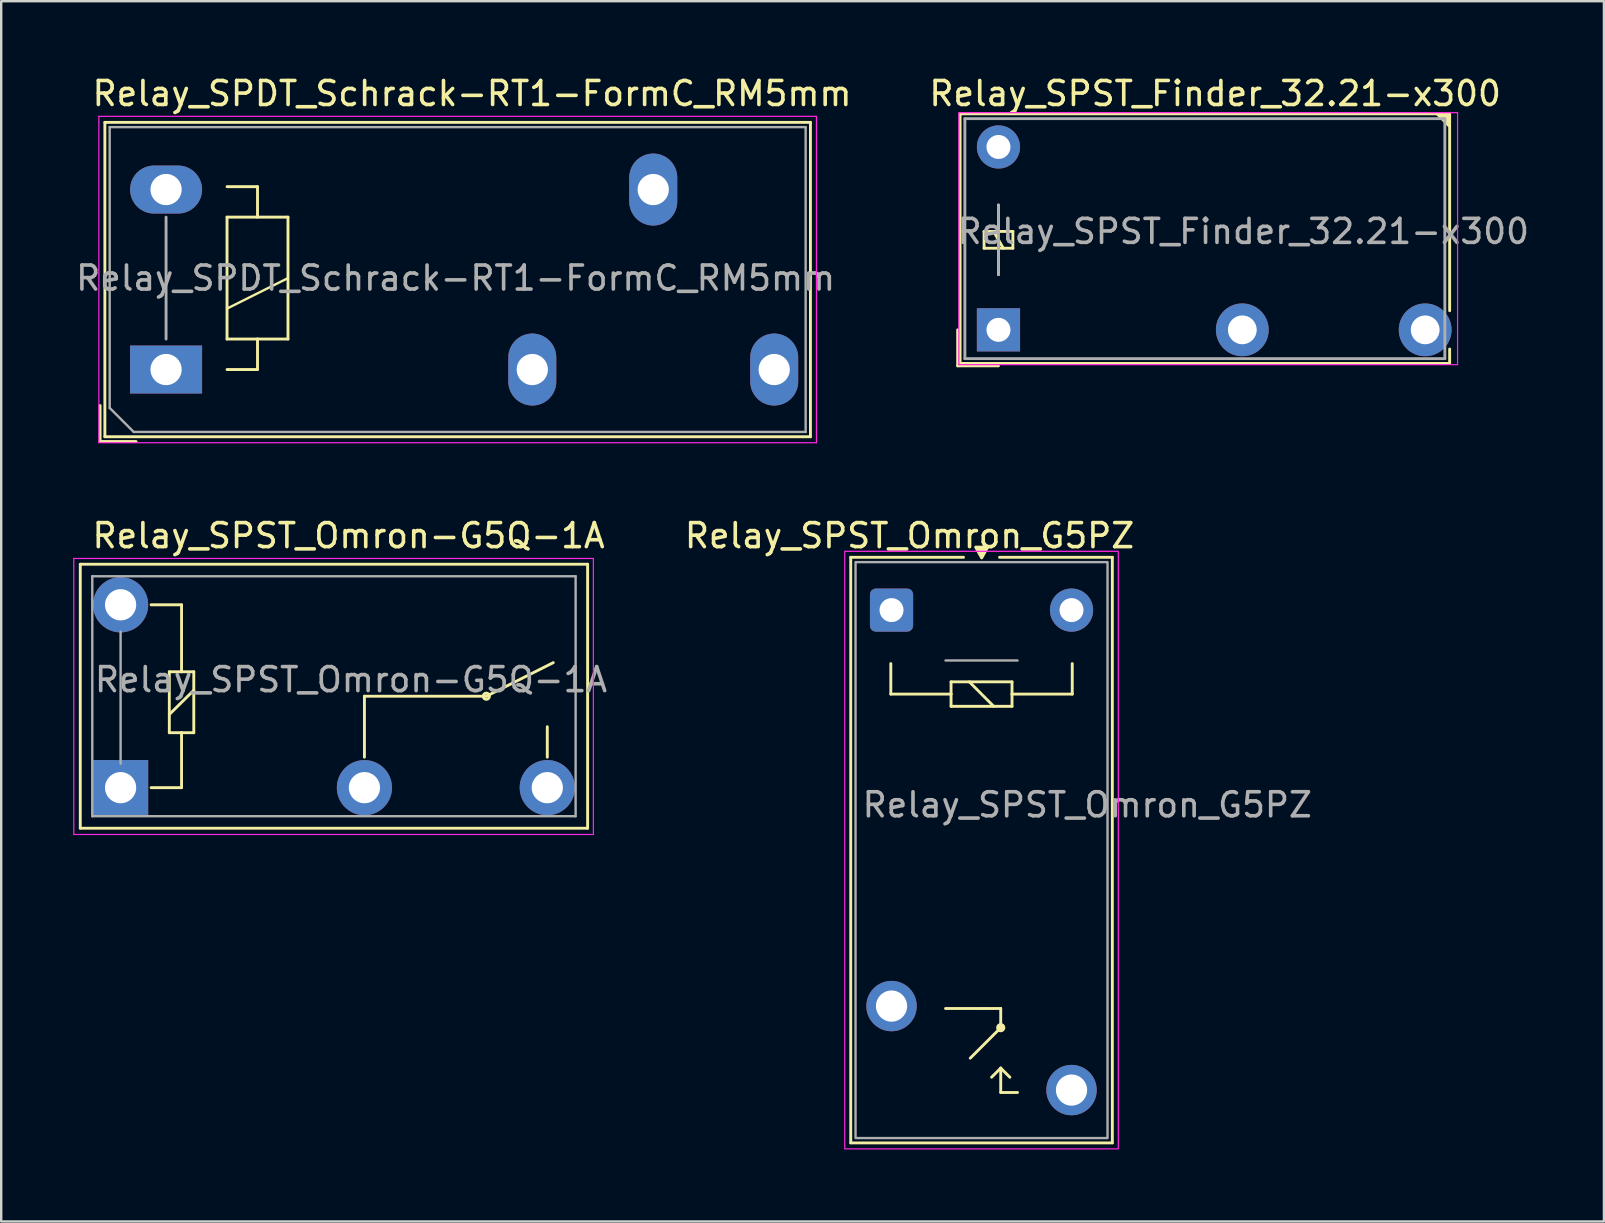
<source format=kicad_pcb>
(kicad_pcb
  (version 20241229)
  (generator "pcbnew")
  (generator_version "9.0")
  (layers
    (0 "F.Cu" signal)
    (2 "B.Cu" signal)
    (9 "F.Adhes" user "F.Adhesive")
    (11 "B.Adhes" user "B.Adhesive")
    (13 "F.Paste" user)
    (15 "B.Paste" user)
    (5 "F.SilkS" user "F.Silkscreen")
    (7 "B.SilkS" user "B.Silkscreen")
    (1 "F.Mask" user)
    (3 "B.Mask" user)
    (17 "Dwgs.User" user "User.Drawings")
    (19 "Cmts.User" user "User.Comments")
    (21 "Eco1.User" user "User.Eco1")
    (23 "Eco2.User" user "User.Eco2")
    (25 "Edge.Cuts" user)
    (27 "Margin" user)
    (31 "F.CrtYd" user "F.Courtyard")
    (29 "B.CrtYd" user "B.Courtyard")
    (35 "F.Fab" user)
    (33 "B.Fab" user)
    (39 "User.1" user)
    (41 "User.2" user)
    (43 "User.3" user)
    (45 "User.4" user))
  (footprint "Relay_SPST_Finder_32.21-x300"
    (layer "F.Cu")
    (at 38.555 10.694)
    (property "Reference" "Relay_SPST_Finder_32.21-x300" (at 9.029 -9.846 180) (layer "F.SilkS") (effects (font (size 1 1) (thickness 0.15))))
    (attr through_hole)
    (fp_line (start -1.7 1.5) (end -1.7 0) (stroke (width 0.12) (type solid)) (layer "F.SilkS"))
    (fp_line (start -1.6 -9) (end 18.8 -9) (stroke (width 0.12) (type solid)) (layer "F.SilkS"))
    (fp_line (start -1.6 1.4) (end -1.6 -9) (stroke (width 0.12) (type solid)) (layer "F.SilkS"))
    (fp_line (start -0.6 -4.1) (end -0.6 -3.4) (stroke (width 0.12) (type solid)) (layer "F.SilkS"))
    (fp_line (start -0.6 -3.4) (end 0.6 -3.4) (stroke (width 0.12) (type solid)) (layer "F.SilkS"))
    (fp_line (start 0 -4.1) (end 0 -5.2) (stroke (width 0.12) (type solid)) (layer "F.SilkS"))
    (fp_line (start 0 -3.4) (end 0 -2.3) (stroke (width 0.12) (type solid)) (layer "F.SilkS"))
    (fp_line (start 0 1.5) (end -1.7 1.5) (stroke (width 0.12) (type solid)) (layer "F.SilkS"))
    (fp_line (start 0.2 -3.4) (end -0.2 -4.1) (stroke (width 0.12) (type solid)) (layer "F.SilkS"))
    (fp_line (start 0.6 -4.1) (end -0.6 -4.1) (stroke (width 0.12) (type solid)) (layer "F.SilkS"))
    (fp_line (start 0.6 -3.4) (end 0.6 -4.1) (stroke (width 0.12) (type solid)) (layer "F.SilkS"))
    (fp_line (start 18.279 -8.996) (end 18.779 -8.496) (stroke (width 0.12) (type solid)) (layer "F.SilkS"))
    (fp_line (start 18.479 -8.996) (end 18.779 -8.696) (stroke (width 0.12) (type solid)) (layer "F.SilkS"))
    (fp_line (start 18.679 -8.996) (end 18.779 -8.896) (stroke (width 0.12) (type solid)) (layer "F.SilkS"))
    (fp_line (start 18.779 -8.796) (end 18.579 -8.996) (stroke (width 0.12) (type solid)) (layer "F.SilkS"))
    (fp_line (start 18.779 -8.596) (end 18.379 -8.996) (stroke (width 0.12) (type solid)) (layer "F.SilkS"))
    (fp_line (start 18.8 -9) (end 18.8 -0.796) (stroke (width 0.12) (type solid)) (layer "F.SilkS"))
    (fp_line (start 18.8 0.8) (end 18.8 1.4) (stroke (width 0.12) (type solid)) (layer "F.SilkS"))
    (fp_line (start 18.8 1.4) (end -1.6 1.4) (stroke (width 0.12) (type solid)) (layer "F.SilkS"))
    (fp_line (start -1.65 1.45) (end -1.65 -9.05) (stroke (width 0.05) (type solid)) (layer "F.CrtYd"))
    (fp_line (start -1.65 1.45) (end 19.13 1.45) (stroke (width 0.05) (type solid)) (layer "F.CrtYd"))
    (fp_line (start 19.13 -9.05) (end -1.65 -9.05) (stroke (width 0.05) (type solid)) (layer "F.CrtYd"))
    (fp_line (start 19.13 -9.05) (end 19.13 1.45) (stroke (width 0.05) (type solid)) (layer "F.CrtYd"))
    (fp_line (start -1.4 -8.8) (end 18.6 -8.8) (stroke (width 0.12) (type solid)) (layer "F.Fab"))
    (fp_line (start -1.4 1.2) (end -1.4 -8.8) (stroke (width 0.12) (type solid)) (layer "F.Fab"))
    (fp_line (start 0 -2.3) (end 0 -5.2) (stroke (width 0.12) (type solid)) (layer "F.Fab"))
    (fp_line (start 18.6 -8.8) (end 18.6 1.2) (stroke (width 0.12) (type solid)) (layer "F.Fab"))
    (fp_line (start 18.6 1.2) (end -1.4 1.2) (stroke (width 0.12) (type solid)) (layer "F.Fab"))
    (fp_text user "${REFERENCE}" (at 10.2 -4.1 180) (layer "F.Fab") (effects (font (size 1 1) (thickness 0.15))))
    (pad "11" thru_hole circle (at 10.16 0 90) (size 2.2 2.2) (drill 1.2) (layers "*.Cu" "*.Mask"))
    (pad "14" thru_hole circle (at 17.78 0 90) (size 2.2 2.2) (drill 1.2) (layers "*.Cu" "*.Mask"))
    (pad "A1" thru_hole rect (at 0 0 90) (size 1.8 1.8) (drill 1) (layers "*.Cu" "*.Mask"))
    (pad "A2" thru_hole circle (at 0 -7.62 90) (size 1.8 1.8) (drill 1) (layers "*.Cu" "*.Mask")))
  (footprint "Relay_SPST_Omron_G5PZ"
    (layer "F.Cu")
    (at 34.099 22.372)
    (property "Reference" "Relay_SPST_Omron_G5PZ" (at 0.75 -3.1 0) (unlocked yes) (layer "F.SilkS") (effects (font (size 1 1) (thickness 0.15))))
    (attr through_hole)
    (fp_line (start -1.7 -2.2) (end 3 -2.2) (stroke (width 0.12) (type default)) (layer "F.SilkS"))
    (fp_line (start -1.7 22.2) (end -1.7 -2.2) (stroke (width 0.12) (type default)) (layer "F.SilkS"))
    (fp_line (start -0.03 2.23) (end -0.03 3.5) (stroke (width 0.12) (type solid)) (layer "F.SilkS"))
    (fp_line (start -0.03 3.5) (end 2.48 3.5) (stroke (width 0.12) (type default)) (layer "F.SilkS"))
    (fp_line (start 2.25 16.6) (end 3.85 16.6) (stroke (width 0.12) (type default)) (layer "F.SilkS"))
    (fp_line (start 2.48 2.99) (end 5.02 2.99) (stroke (width 0.12) (type solid)) (layer "F.SilkS"))
    (fp_line (start 2.48 3.5) (end 2.48 2.99) (stroke (width 0.12) (type solid)) (layer "F.SilkS"))
    (fp_line (start 2.48 4.01) (end 2.48 3.5) (stroke (width 0.12) (type solid)) (layer "F.SilkS"))
    (fp_line (start 3.242 2.99) (end 4.258 4.01) (stroke (width 0.12) (type solid)) (layer "F.SilkS"))
    (fp_line (start 4.55 16.6) (end 3.85 16.6) (stroke (width 0.12) (type default)) (layer "F.SilkS"))
    (fp_line (start 4.55 17.4) (end 3.28 18.67) (stroke (width 0.12) (type solid)) (layer "F.SilkS"))
    (fp_line (start 4.55 17.4) (end 4.55 16.6) (stroke (width 0.12) (type default)) (layer "F.SilkS"))
    (fp_line (start 4.55 19.084) (end 4.169 19.465) (stroke (width 0.12) (type solid)) (layer "F.SilkS"))
    (fp_line (start 4.55 19.084) (end 4.55 20.1) (stroke (width 0.12) (type solid)) (layer "F.SilkS"))
    (fp_line (start 4.55 19.084) (end 4.931 19.465) (stroke (width 0.12) (type solid)) (layer "F.SilkS"))
    (fp_line (start 5.02 2.99) (end 5.02 3.5) (stroke (width 0.12) (type solid)) (layer "F.SilkS"))
    (fp_line (start 5.02 3.5) (end 5.02 4.01) (stroke (width 0.12) (type solid)) (layer "F.SilkS"))
    (fp_line (start 5.02 3.5) (end 7.53 3.5) (stroke (width 0.12) (type default)) (layer "F.SilkS"))
    (fp_line (start 5.02 4.01) (end 2.48 4.01) (stroke (width 0.12) (type solid)) (layer "F.SilkS"))
    (fp_line (start 5.25 20.1) (end 4.55 20.1) (stroke (width 0.12) (type solid)) (layer "F.SilkS"))
    (fp_line (start 7.53 3.5) (end 7.53 2.23) (stroke (width 0.12) (type solid)) (layer "F.SilkS"))
    (fp_line (start 9.2 -2.2) (end 4.5 -2.2) (stroke (width 0.12) (type default)) (layer "F.SilkS"))
    (fp_line (start 9.2 -2.2) (end 9.2 22.2) (stroke (width 0.12) (type default)) (layer "F.SilkS"))
    (fp_line (start 9.2 22.2) (end -1.7 22.2) (stroke (width 0.12) (type default)) (layer "F.SilkS"))
    (fp_circle (center 4.55 17.4) (end 4.68 17.4) (stroke (width 0.12) (type solid)) (fill yes) (layer "F.SilkS"))
    (fp_poly (pts (xy 3.756 -2.175) (xy 3.506 -2.625) (xy 4.006 -2.625) (xy 3.756 -2.175)) (stroke (width 0.12) (type solid)) (fill yes) (layer "F.SilkS"))
    (fp_rect (start -1.95 -2.45) (end 9.45 22.45) (stroke (width 0.05) (type default)) (fill no) (layer "F.CrtYd"))
    (fp_line (start 2.25 2.1) (end 5.25 2.1) (stroke (width 0.1) (type default)) (layer "F.Fab"))
    (fp_rect (start -1.5 -2) (end 9 22) (stroke (width 0.1) (type default)) (fill no) (layer "F.Fab"))
    (fp_text user "${REFERENCE}" (at -1.3 8.7 0) (unlocked yes) (layer "F.Fab") (effects (font (size 1 1) (thickness 0.15)) (justify left bottom)))
    (pad "13" thru_hole circle (at 0 16.5 90) (size 2.1 2.1) (drill 1.3) (layers "*.Cu" "*.Mask"))
    (pad "14" thru_hole circle (at 7.5 20 90) (size 2.1 2.1) (drill 1.3) (layers "*.Cu" "*.Mask"))
    (pad "A1" thru_hole roundrect (at 0 0 90) (size 1.8 1.8) (drill 1) (layers "*.Cu" "*.Mask") (roundrect_rratio 0.139))
    (pad "A2" thru_hole circle (at 7.5 0 90) (size 1.8 1.8) (drill 1) (layers "*.Cu" "*.Mask")))
  (footprint "Relay_SPST_Omron-G5Q-1A"
    (layer "F.Cu")
    (at 1.975 29.771)
    (property "Reference" "Relay_SPST_Omron-G5Q-1A" (at 9.5 -10.5 180) (layer "F.SilkS") (effects (font (size 1 1) (thickness 0.15))))
    (attr through_hole)
    (fp_line (start -1.68 -9.31) (end 19.46 -9.31) (stroke (width 0.12) (type solid)) (layer "F.SilkS"))
    (fp_line (start -1.68 1.69) (end -1.68 -9.31) (stroke (width 0.12) (type solid)) (layer "F.SilkS"))
    (fp_line (start -1.68 1.69) (end 19.46 1.69) (stroke (width 0.12) (type solid)) (layer "F.SilkS"))
    (fp_line (start 1.27 0) (end 2.54 0) (stroke (width 0.12) (type solid)) (layer "F.SilkS"))
    (fp_line (start 2.03 -4.83) (end 2.54 -4.83) (stroke (width 0.12) (type solid)) (layer "F.SilkS"))
    (fp_line (start 2.03 -3.05) (end 3.05 -4.06) (stroke (width 0.12) (type solid)) (layer "F.SilkS"))
    (fp_line (start 2.03 -2.29) (end 2.03 -4.83) (stroke (width 0.12) (type solid)) (layer "F.SilkS"))
    (fp_line (start 2.54 -7.62) (end 1.27 -7.62) (stroke (width 0.12) (type solid)) (layer "F.SilkS"))
    (fp_line (start 2.54 -4.83) (end 2.54 -7.62) (stroke (width 0.12) (type solid)) (layer "F.SilkS"))
    (fp_line (start 2.54 -4.83) (end 3.05 -4.83) (stroke (width 0.12) (type solid)) (layer "F.SilkS"))
    (fp_line (start 2.54 -2.29) (end 2.03 -2.29) (stroke (width 0.12) (type solid)) (layer "F.SilkS"))
    (fp_line (start 2.54 0) (end 2.54 -2.29) (stroke (width 0.12) (type solid)) (layer "F.SilkS"))
    (fp_line (start 3.05 -4.83) (end 3.05 -2.29) (stroke (width 0.12) (type solid)) (layer "F.SilkS"))
    (fp_line (start 3.05 -2.29) (end 2.54 -2.29) (stroke (width 0.12) (type solid)) (layer "F.SilkS"))
    (fp_line (start 10.16 -3.81) (end 15.24 -3.81) (stroke (width 0.12) (type solid)) (layer "F.SilkS"))
    (fp_line (start 10.16 -1.27) (end 10.16 -3.81) (stroke (width 0.12) (type solid)) (layer "F.SilkS"))
    (fp_line (start 15.24 -3.81) (end 18.03 -5.21) (stroke (width 0.12) (type solid)) (layer "F.SilkS"))
    (fp_line (start 17.78 -1.27) (end 17.78 -2.54) (stroke (width 0.12) (type solid)) (layer "F.SilkS"))
    (fp_line (start 19.46 1.69) (end 19.46 -9.31) (stroke (width 0.12) (type solid)) (layer "F.SilkS"))
    (fp_circle (center 15.24 -3.81) (end 15.24 -3.68) (stroke (width 0.12) (type solid)) (fill no) (layer "F.SilkS"))
    (fp_line (start -1.95 -9.55) (end 19.7 -9.55) (stroke (width 0.05) (type solid)) (layer "F.CrtYd"))
    (fp_line (start -1.95 1.95) (end -1.95 -9.55) (stroke (width 0.05) (type solid)) (layer "F.CrtYd"))
    (fp_line (start 19.7 -9.55) (end 19.7 1.95) (stroke (width 0.05) (type solid)) (layer "F.CrtYd"))
    (fp_line (start 19.7 1.95) (end -1.95 1.95) (stroke (width 0.05) (type solid)) (layer "F.CrtYd"))
    (fp_line (start -1.18 -8.81) (end 18.96 -8.81) (stroke (width 0.1) (type solid)) (layer "F.Fab"))
    (fp_line (start -1.18 1.19) (end -1.18 -8.81) (stroke (width 0.1) (type solid)) (layer "F.Fab"))
    (fp_line (start 0 -1) (end 0 -6.5) (stroke (width 0.1) (type solid)) (layer "F.Fab"))
    (fp_line (start 18.96 -8.81) (end 18.96 1.19) (stroke (width 0.1) (type solid)) (layer "F.Fab"))
    (fp_line (start 18.96 1.19) (end -1.18 1.19) (stroke (width 0.1) (type solid)) (layer "F.Fab"))
    (fp_text user "${REFERENCE}" (at 9.6 -4.5 0) (layer "F.Fab") (effects (font (size 1 1) (thickness 0.15))))
    (pad "1" thru_hole rect (at 0 0 180) (size 2.3 2.3) (drill 1.3) (layers "*.Cu" "*.Mask"))
    (pad "2" thru_hole circle (at 10.16 0 180) (size 2.3 2.3) (drill 1.3) (layers "*.Cu" "*.Mask"))
    (pad "3" thru_hole circle (at 17.78 0 180) (size 2.3 2.3) (drill 1.3) (layers "*.Cu" "*.Mask"))
    (pad "5" thru_hole circle (at 0 -7.62 180) (size 2.3 2.3) (drill 1.3) (layers "*.Cu" "*.Mask")))
  (footprint "Relay_SPDT_Schrack-RT1-FormC_RM5mm"
    (layer "F.Cu")
    (at 3.87 12.348)
    (property "Reference" "Relay_SPDT_Schrack-RT1-FormC_RM5mm" (at 12.75 -11.5 0) (layer "F.SilkS") (effects (font (size 1 1) (thickness 0.15))))
    (attr through_hole)
    (fp_line (start -2.75 1.5) (end -2.75 3) (stroke (width 0.12) (type solid)) (layer "F.SilkS"))
    (fp_line (start -2.75 3) (end -1.25 3) (stroke (width 0.12) (type solid)) (layer "F.SilkS"))
    (fp_line (start -2.55 -10.3) (end -2.55 2.8) (stroke (width 0.12) (type solid)) (layer "F.SilkS"))
    (fp_line (start -2.55 2.8) (end 26.85 2.8) (stroke (width 0.12) (type solid)) (layer "F.SilkS"))
    (fp_line (start 2.54 -6.35) (end 2.54 -1.27) (stroke (width 0.12) (type solid)) (layer "F.SilkS"))
    (fp_line (start 2.54 -2.54) (end 5.08 -3.81) (stroke (width 0.1) (type solid)) (layer "F.SilkS"))
    (fp_line (start 2.54 -1.27) (end 3.81 -1.27) (stroke (width 0.12) (type solid)) (layer "F.SilkS"))
    (fp_line (start 2.54 0) (end 3.81 0) (stroke (width 0.12) (type solid)) (layer "F.SilkS"))
    (fp_line (start 3.81 -7.62) (end 2.54 -7.62) (stroke (width 0.12) (type solid)) (layer "F.SilkS"))
    (fp_line (start 3.81 -6.35) (end 3.81 -7.62) (stroke (width 0.12) (type solid)) (layer "F.SilkS"))
    (fp_line (start 3.81 -1.27) (end 5.08 -1.27) (stroke (width 0.12) (type solid)) (layer "F.SilkS"))
    (fp_line (start 3.81 0) (end 3.81 -1.27) (stroke (width 0.12) (type solid)) (layer "F.SilkS"))
    (fp_line (start 5.08 -6.35) (end 2.54 -6.35) (stroke (width 0.12) (type solid)) (layer "F.SilkS"))
    (fp_line (start 5.08 -1.27) (end 5.08 -6.35) (stroke (width 0.12) (type solid)) (layer "F.SilkS"))
    (fp_line (start 26.85 -10.3) (end -2.55 -10.3) (stroke (width 0.12) (type solid)) (layer "F.SilkS"))
    (fp_line (start 26.85 2.8) (end 26.85 -10.3) (stroke (width 0.12) (type solid)) (layer "F.SilkS"))
    (fp_line (start -2.8 -10.55) (end -2.8 3.05) (stroke (width 0.05) (type solid)) (layer "F.CrtYd"))
    (fp_line (start -2.8 3.05) (end 27.1 3.05) (stroke (width 0.05) (type solid)) (layer "F.CrtYd"))
    (fp_line (start 27.1 -10.55) (end -2.8 -10.55) (stroke (width 0.05) (type solid)) (layer "F.CrtYd"))
    (fp_line (start 27.1 3.05) (end 27.1 -10.55) (stroke (width 0.05) (type solid)) (layer "F.CrtYd"))
    (fp_line (start -2.35 -10.1) (end -2.35 1.6) (stroke (width 0.1) (type solid)) (layer "F.Fab"))
    (fp_line (start -2.35 1.6) (end -1.35 2.6) (stroke (width 0.1) (type solid)) (layer "F.Fab"))
    (fp_line (start -1.35 2.6) (end 26.65 2.6) (stroke (width 0.1) (type solid)) (layer "F.Fab"))
    (fp_line (start 0 -1.27) (end 0 -6.35) (stroke (width 0.12) (type solid)) (layer "F.Fab"))
    (fp_line (start 26.65 -10.1) (end -2.35 -10.1) (stroke (width 0.1) (type solid)) (layer "F.Fab"))
    (fp_line (start 26.65 2.6) (end 26.65 -10.1) (stroke (width 0.1) (type solid)) (layer "F.Fab"))
    (fp_text user "${REFERENCE}" (at 12.065 -3.81 180) (layer "F.Fab") (effects (font (size 1 1) (thickness 0.15))))
    (pad "11" thru_hole oval (at 20.3 -7.5 180) (size 2 3) (drill 1.3) (layers "*.Cu" "*.Mask"))
    (pad "12" thru_hole oval (at 15.26 0 180) (size 2 3) (drill 1.3) (layers "*.Cu" "*.Mask"))
    (pad "14" thru_hole oval (at 25.34 0 180) (size 2 3) (drill 1.3) (layers "*.Cu" "*.Mask"))
    (pad "A1" thru_hole rect (at 0 0 180) (size 3 2) (drill 1.3) (layers "*.Cu" "*.Mask"))
    (pad "A2" thru_hole oval (at 0 -7.5 180) (size 3 2) (drill 1.3) (layers "*.Cu" "*.Mask")))
  (gr_rect
    (start -3 -3)
    (end 63.784 47.846)
    (stroke (width 0.1) (type default))
    (fill no)
    (layer "Edge.Cuts")))
</source>
